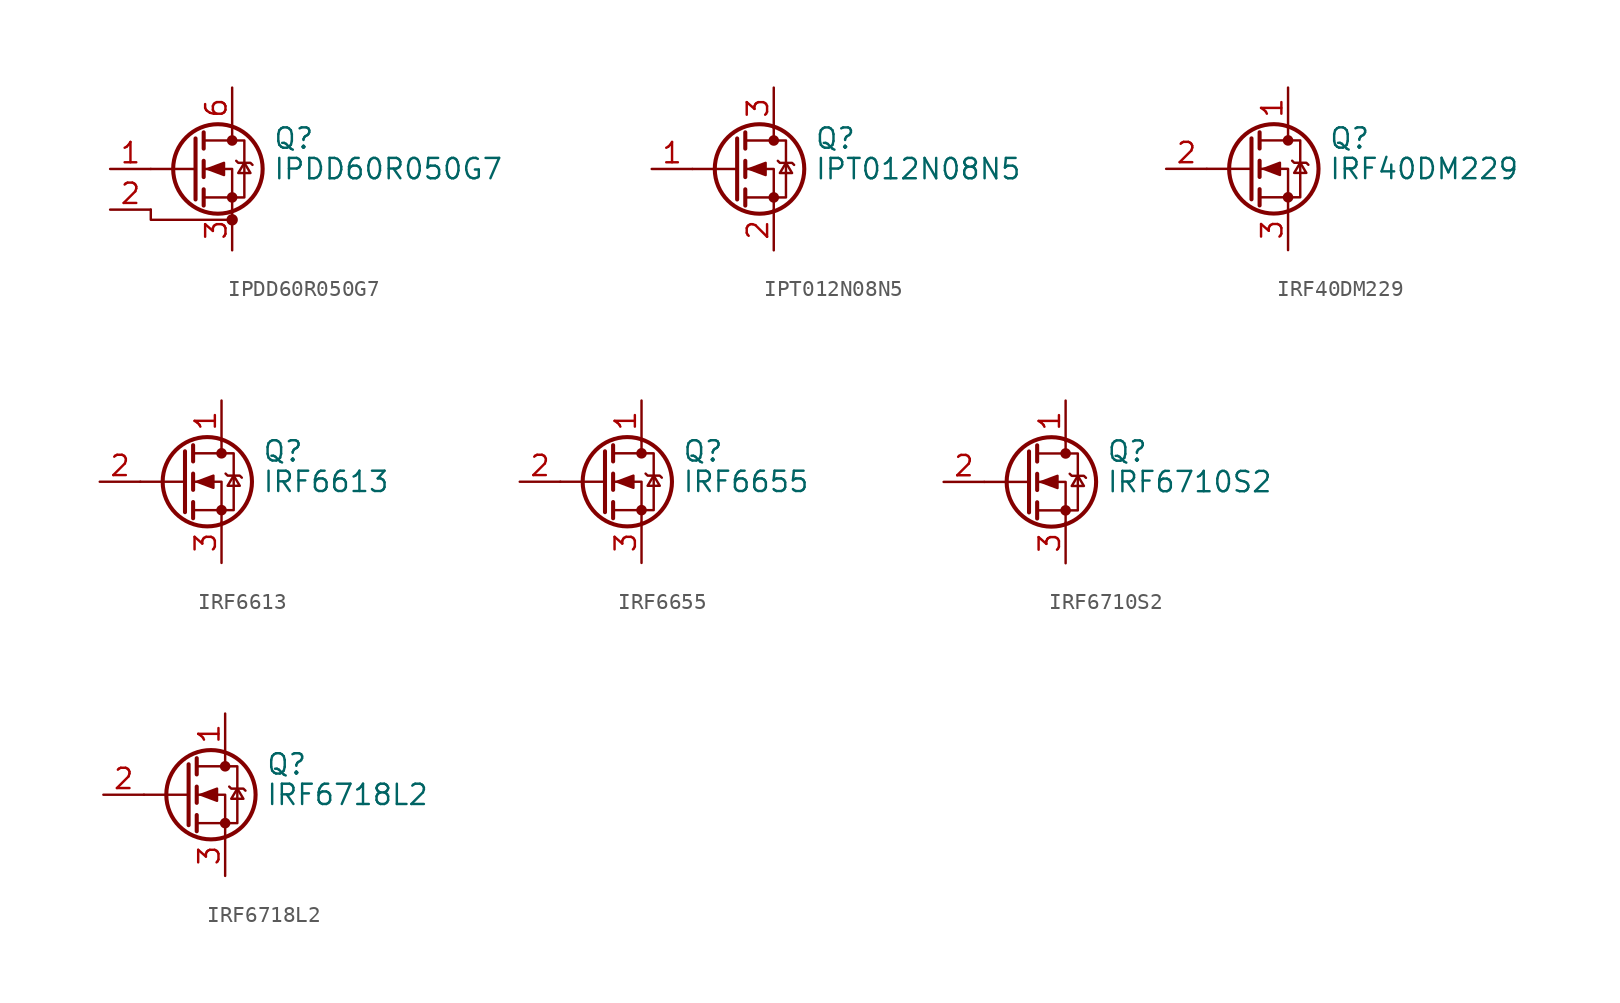
<source format=kicad_sym>
(kicad_symbol_lib
  (version 20201005)
  (generator kicad_symbol_editor)
  (symbol "IPDD60R050G7"
    (pin_names hide)
    (property "Reference" "Q"
      (at 5.08 1.905 0)
      (effects (font (size 1.27 1.27)) (justify left)))
    (property "Value" "IPDD60R050G7"
      (at 5.08 0 0)
      (effects (font (size 1.27 1.27)) (justify left)))
    (symbol "IPDD60R050G7_0_1"
      (circle (center 1.651 0) (radius 2.794) (stroke (width 0.254)) (fill (type none)))
      (circle (center 2.54 -3.175) (radius 0.279) (stroke (width 0)) (fill (type outline)))
      (circle (center 2.54 -1.778) (radius 0.254) (stroke (width 0)) (fill (type outline)))
      (circle (center 2.54 1.778) (radius 0.254) (stroke (width 0)) (fill (type outline)))
      (polyline (pts (xy 0.254 0) (xy -2.54 0)) (stroke (width 0)) (fill (type none)))
      (polyline (pts (xy 0.254 1.905) (xy 0.254 -1.905)) (stroke (width 0.254)) (fill (type none)))
      (polyline (pts (xy 0.762 -1.27) (xy 0.762 -2.286)) (stroke (width 0.254)) (fill (type none)))
      (polyline (pts (xy 0.762 0.508) (xy 0.762 -0.508)) (stroke (width 0.254)) (fill (type none)))
      (polyline (pts (xy 0.762 2.286) (xy 0.762 1.27)) (stroke (width 0.254)) (fill (type none)))
      (polyline (pts (xy 2.54 2.54) (xy 2.54 1.778)) (stroke (width 0)) (fill (type none)))
      (polyline (pts (xy -2.54 -2.54) (xy -2.54 -3.175) (xy 2.54 -3.175)) (stroke (width 0)) (fill (type none)))
      (polyline (pts (xy 2.54 -2.54) (xy 2.54 0) (xy 0.762 0)) (stroke (width 0)) (fill (type none)))
      (polyline (pts (xy 0.762 -1.778) (xy 3.302 -1.778) (xy 3.302 1.778) (xy 0.762 1.778)) (stroke (width 0)) (fill (type none)))
      (polyline (pts (xy 2.794 0.508) (xy 2.921 0.381) (xy 3.683 0.381) (xy 3.81 0.254)) (stroke (width 0)) (fill (type none)))
      (polyline (pts (xy 3.302 0.381) (xy 2.921 -0.254) (xy 3.683 -0.254) (xy 3.302 0.381)) (stroke (width 0)) (fill (type none)))
      (polyline (pts (xy 1.016 0) (xy 2.032 0.381) (xy 2.032 -0.381) (xy 1.016 0)) (stroke (width 0)) (fill (type outline))))
    (symbol "IPDD60R050G7_1_1"
      (pin input line (at -5.08 0 0) (length 2.54) (name "G" (effects (font (size 1.27 1.27)))) (number "1" (effects (font (size 1.27 1.27)))))
      (pin passive line (at 2.54 5.08 270) (length 2.54) hide (name "D" (effects (font (size 1.27 1.27)))) (number "10" (effects (font (size 1.27 1.27)))))
      (pin passive line (at -5.08 -2.54 0) (length 2.54) (name "DS" (effects (font (size 1.27 1.27)))) (number "2" (effects (font (size 1.27 1.27)))))
      (pin passive line (at 2.54 -5.08 90) (length 2.54) (name "PS" (effects (font (size 1.27 1.27)))) (number "3" (effects (font (size 1.27 1.27)))))
      (pin passive line (at 2.54 -5.08 90) (length 2.54) hide (name "PS" (effects (font (size 1.27 1.27)))) (number "4" (effects (font (size 1.27 1.27)))))
      (pin passive line (at 2.54 -5.08 90) (length 2.54) hide (name "PS" (effects (font (size 1.27 1.27)))) (number "5" (effects (font (size 1.27 1.27)))))
      (pin passive line (at 2.54 5.08 270) (length 2.54) (name "D" (effects (font (size 1.27 1.27)))) (number "6" (effects (font (size 1.27 1.27)))))
      (pin passive line (at 2.54 5.08 270) (length 2.54) hide (name "D" (effects (font (size 1.27 1.27)))) (number "7" (effects (font (size 1.27 1.27)))))
      (pin passive line (at 2.54 5.08 270) (length 2.54) hide (name "D" (effects (font (size 1.27 1.27)))) (number "8" (effects (font (size 1.27 1.27)))))
      (pin passive line (at 2.54 5.08 270) (length 2.54) hide (name "D" (effects (font (size 1.27 1.27)))) (number "9" (effects (font (size 1.27 1.27)))))))
  (symbol "IPT012N08N5"
    (pin_names hide)
    (property "Reference" "Q"
      (at 5.08 1.905 0)
      (effects (font (size 1.27 1.27)) (justify left)))
    (property "Value" "IPT012N08N5"
      (at 5.08 0 0)
      (effects (font (size 1.27 1.27)) (justify left)))
    (symbol "IPT012N08N5_0_1"
      (circle (center 1.651 0) (radius 2.794) (stroke (width 0.254)) (fill (type none)))
      (circle (center 2.54 -1.778) (radius 0.254) (stroke (width 0)) (fill (type outline)))
      (circle (center 2.54 1.778) (radius 0.254) (stroke (width 0)) (fill (type outline)))
      (polyline (pts (xy 0.254 0) (xy -2.54 0)) (stroke (width 0)) (fill (type none)))
      (polyline (pts (xy 0.254 1.905) (xy 0.254 -1.905)) (stroke (width 0.254)) (fill (type none)))
      (polyline (pts (xy 0.762 -1.27) (xy 0.762 -2.286)) (stroke (width 0.254)) (fill (type none)))
      (polyline (pts (xy 0.762 0.508) (xy 0.762 -0.508)) (stroke (width 0.254)) (fill (type none)))
      (polyline (pts (xy 0.762 2.286) (xy 0.762 1.27)) (stroke (width 0.254)) (fill (type none)))
      (polyline (pts (xy 2.54 2.54) (xy 2.54 1.778)) (stroke (width 0)) (fill (type none)))
      (polyline (pts (xy 2.54 -2.54) (xy 2.54 0) (xy 0.762 0)) (stroke (width 0)) (fill (type none)))
      (polyline (pts (xy 0.762 -1.778) (xy 3.302 -1.778) (xy 3.302 1.778) (xy 0.762 1.778)) (stroke (width 0)) (fill (type none)))
      (polyline (pts (xy 2.794 0.508) (xy 2.921 0.381) (xy 3.683 0.381) (xy 3.81 0.254)) (stroke (width 0)) (fill (type none)))
      (polyline (pts (xy 3.302 0.381) (xy 2.921 -0.254) (xy 3.683 -0.254) (xy 3.302 0.381)) (stroke (width 0)) (fill (type none)))
      (polyline (pts (xy 1.016 0) (xy 2.032 0.381) (xy 2.032 -0.381) (xy 1.016 0)) (stroke (width 0)) (fill (type outline))))
    (symbol "IPT012N08N5_1_1"
      (pin input line (at -5.08 0 0) (length 2.54) (name "G" (effects (font (size 1.27 1.27)))) (number "1" (effects (font (size 1.27 1.27)))))
      (pin passive line (at 2.54 -5.08 90) (length 2.54) (name "S" (effects (font (size 1.27 1.27)))) (number "2" (effects (font (size 1.27 1.27)))))
      (pin passive line (at 2.54 5.08 270) (length 2.54) (name "D" (effects (font (size 1.27 1.27)))) (number "3" (effects (font (size 1.27 1.27)))))))
  (symbol "IRF40DM229"
    (pin_names hide)
    (property "Reference" "Q"
      (at 5.08 1.905 0)
      (effects (font (size 1.27 1.27)) (justify left)))
    (property "Value" "IRF40DM229"
      (at 5.08 0 0)
      (effects (font (size 1.27 1.27)) (justify left)))
    (symbol "IRF40DM229_0_1"
      (circle (center 1.651 0) (radius 2.794) (stroke (width 0.254)) (fill (type none)))
      (circle (center 2.54 -1.778) (radius 0.254) (stroke (width 0)) (fill (type outline)))
      (circle (center 2.54 1.778) (radius 0.254) (stroke (width 0)) (fill (type outline)))
      (polyline (pts (xy 0.254 0) (xy -2.54 0)) (stroke (width 0)) (fill (type none)))
      (polyline (pts (xy 0.254 1.905) (xy 0.254 -1.905)) (stroke (width 0.254)) (fill (type none)))
      (polyline (pts (xy 0.762 -1.27) (xy 0.762 -2.286)) (stroke (width 0.254)) (fill (type none)))
      (polyline (pts (xy 0.762 0.508) (xy 0.762 -0.508)) (stroke (width 0.254)) (fill (type none)))
      (polyline (pts (xy 0.762 2.286) (xy 0.762 1.27)) (stroke (width 0.254)) (fill (type none)))
      (polyline (pts (xy 2.54 2.54) (xy 2.54 1.778)) (stroke (width 0)) (fill (type none)))
      (polyline (pts (xy 2.54 -2.54) (xy 2.54 0) (xy 0.762 0)) (stroke (width 0)) (fill (type none)))
      (polyline (pts (xy 0.762 -1.778) (xy 3.302 -1.778) (xy 3.302 1.778) (xy 0.762 1.778)) (stroke (width 0)) (fill (type none)))
      (polyline (pts (xy 2.794 0.508) (xy 2.921 0.381) (xy 3.683 0.381) (xy 3.81 0.254)) (stroke (width 0)) (fill (type none)))
      (polyline (pts (xy 3.302 0.381) (xy 2.921 -0.254) (xy 3.683 -0.254) (xy 3.302 0.381)) (stroke (width 0)) (fill (type none)))
      (polyline (pts (xy 1.016 0) (xy 2.032 0.381) (xy 2.032 -0.381) (xy 1.016 0)) (stroke (width 0)) (fill (type outline))))
    (symbol "IRF40DM229_1_1"
      (pin passive line (at 2.54 5.08 270) (length 2.54) (name "D" (effects (font (size 1.27 1.27)))) (number "1" (effects (font (size 1.27 1.27)))))
      (pin input line (at -5.08 0 0) (length 2.54) (name "G" (effects (font (size 1.27 1.27)))) (number "2" (effects (font (size 1.27 1.27)))))
      (pin passive line (at 2.54 -5.08 90) (length 2.54) (name "S" (effects (font (size 1.27 1.27)))) (number "3" (effects (font (size 1.27 1.27)))))))
  (symbol "IRF6613"
    (pin_names hide)
    (property "Reference" "Q"
      (at 5.08 1.905 0)
      (effects (font (size 1.27 1.27)) (justify left)))
    (property "Value" "IRF6613"
      (at 5.08 0 0)
      (effects (font (size 1.27 1.27)) (justify left)))
    (symbol "IRF6613_0_1"
      (circle (center 1.651 0) (radius 2.794) (stroke (width 0.254)) (fill (type none)))
      (circle (center 2.54 -1.778) (radius 0.254) (stroke (width 0)) (fill (type outline)))
      (circle (center 2.54 1.778) (radius 0.254) (stroke (width 0)) (fill (type outline)))
      (polyline (pts (xy 0.254 0) (xy -2.54 0)) (stroke (width 0)) (fill (type none)))
      (polyline (pts (xy 0.254 1.905) (xy 0.254 -1.905)) (stroke (width 0.254)) (fill (type none)))
      (polyline (pts (xy 0.762 -1.27) (xy 0.762 -2.286)) (stroke (width 0.254)) (fill (type none)))
      (polyline (pts (xy 0.762 0.508) (xy 0.762 -0.508)) (stroke (width 0.254)) (fill (type none)))
      (polyline (pts (xy 0.762 2.286) (xy 0.762 1.27)) (stroke (width 0.254)) (fill (type none)))
      (polyline (pts (xy 2.54 2.54) (xy 2.54 1.778)) (stroke (width 0)) (fill (type none)))
      (polyline (pts (xy 2.54 -2.54) (xy 2.54 0) (xy 0.762 0)) (stroke (width 0)) (fill (type none)))
      (polyline (pts (xy 0.762 -1.778) (xy 3.302 -1.778) (xy 3.302 1.778) (xy 0.762 1.778)) (stroke (width 0)) (fill (type none)))
      (polyline (pts (xy 2.794 0.508) (xy 2.921 0.381) (xy 3.683 0.381) (xy 3.81 0.254)) (stroke (width 0)) (fill (type none)))
      (polyline (pts (xy 3.302 0.381) (xy 2.921 -0.254) (xy 3.683 -0.254) (xy 3.302 0.381)) (stroke (width 0)) (fill (type none)))
      (polyline (pts (xy 1.016 0) (xy 2.032 0.381) (xy 2.032 -0.381) (xy 1.016 0)) (stroke (width 0)) (fill (type outline))))
    (symbol "IRF6613_1_1"
      (pin passive line (at 2.54 5.08 270) (length 2.54) (name "D" (effects (font (size 1.27 1.27)))) (number "1" (effects (font (size 1.27 1.27)))))
      (pin input line (at -5.08 0 0) (length 2.54) (name "G" (effects (font (size 1.27 1.27)))) (number "2" (effects (font (size 1.27 1.27)))))
      (pin passive line (at 2.54 -5.08 90) (length 2.54) (name "S" (effects (font (size 1.27 1.27)))) (number "3" (effects (font (size 1.27 1.27)))))))
  (symbol "IRF6655"
    (pin_names hide)
    (property "Reference" "Q"
      (at 5.08 1.905 0)
      (effects (font (size 1.27 1.27)) (justify left)))
    (property "Value" "IRF6655"
      (at 5.08 0 0)
      (effects (font (size 1.27 1.27)) (justify left)))
    (symbol "IRF6655_0_1"
      (circle (center 1.651 0) (radius 2.794) (stroke (width 0.254)) (fill (type none)))
      (circle (center 2.54 -1.778) (radius 0.254) (stroke (width 0)) (fill (type outline)))
      (circle (center 2.54 1.778) (radius 0.254) (stroke (width 0)) (fill (type outline)))
      (polyline (pts (xy 0.254 0) (xy -2.54 0)) (stroke (width 0)) (fill (type none)))
      (polyline (pts (xy 0.254 1.905) (xy 0.254 -1.905)) (stroke (width 0.254)) (fill (type none)))
      (polyline (pts (xy 0.762 -1.27) (xy 0.762 -2.286)) (stroke (width 0.254)) (fill (type none)))
      (polyline (pts (xy 0.762 0.508) (xy 0.762 -0.508)) (stroke (width 0.254)) (fill (type none)))
      (polyline (pts (xy 0.762 2.286) (xy 0.762 1.27)) (stroke (width 0.254)) (fill (type none)))
      (polyline (pts (xy 2.54 2.54) (xy 2.54 1.778)) (stroke (width 0)) (fill (type none)))
      (polyline (pts (xy 2.54 -2.54) (xy 2.54 0) (xy 0.762 0)) (stroke (width 0)) (fill (type none)))
      (polyline (pts (xy 0.762 -1.778) (xy 3.302 -1.778) (xy 3.302 1.778) (xy 0.762 1.778)) (stroke (width 0)) (fill (type none)))
      (polyline (pts (xy 2.794 0.508) (xy 2.921 0.381) (xy 3.683 0.381) (xy 3.81 0.254)) (stroke (width 0)) (fill (type none)))
      (polyline (pts (xy 3.302 0.381) (xy 2.921 -0.254) (xy 3.683 -0.254) (xy 3.302 0.381)) (stroke (width 0)) (fill (type none)))
      (polyline (pts (xy 1.016 0) (xy 2.032 0.381) (xy 2.032 -0.381) (xy 1.016 0)) (stroke (width 0)) (fill (type outline))))
    (symbol "IRF6655_1_1"
      (pin passive line (at 2.54 5.08 270) (length 2.54) (name "D" (effects (font (size 1.27 1.27)))) (number "1" (effects (font (size 1.27 1.27)))))
      (pin input line (at -5.08 0 0) (length 2.54) (name "G" (effects (font (size 1.27 1.27)))) (number "2" (effects (font (size 1.27 1.27)))))
      (pin passive line (at 2.54 -5.08 90) (length 2.54) (name "S" (effects (font (size 1.27 1.27)))) (number "3" (effects (font (size 1.27 1.27)))))))
  (symbol "IRF6710S2"
    (pin_names hide)
    (property "Reference" "Q"
      (at 5.08 1.905 0)
      (effects (font (size 1.27 1.27)) (justify left)))
    (property "Value" "IRF6710S2"
      (at 5.08 0 0)
      (effects (font (size 1.27 1.27)) (justify left)))
    (symbol "IRF6710S2_0_1"
      (circle (center 1.651 0) (radius 2.794) (stroke (width 0.254)) (fill (type none)))
      (circle (center 2.54 -1.778) (radius 0.254) (stroke (width 0)) (fill (type outline)))
      (circle (center 2.54 1.778) (radius 0.254) (stroke (width 0)) (fill (type outline)))
      (polyline (pts (xy 0.254 0) (xy -2.54 0)) (stroke (width 0)) (fill (type none)))
      (polyline (pts (xy 0.254 1.905) (xy 0.254 -1.905)) (stroke (width 0.254)) (fill (type none)))
      (polyline (pts (xy 0.762 -1.27) (xy 0.762 -2.286)) (stroke (width 0.254)) (fill (type none)))
      (polyline (pts (xy 0.762 0.508) (xy 0.762 -0.508)) (stroke (width 0.254)) (fill (type none)))
      (polyline (pts (xy 0.762 2.286) (xy 0.762 1.27)) (stroke (width 0.254)) (fill (type none)))
      (polyline (pts (xy 2.54 2.54) (xy 2.54 1.778)) (stroke (width 0)) (fill (type none)))
      (polyline (pts (xy 2.54 -2.54) (xy 2.54 0) (xy 0.762 0)) (stroke (width 0)) (fill (type none)))
      (polyline (pts (xy 0.762 -1.778) (xy 3.302 -1.778) (xy 3.302 1.778) (xy 0.762 1.778)) (stroke (width 0)) (fill (type none)))
      (polyline (pts (xy 2.794 0.508) (xy 2.921 0.381) (xy 3.683 0.381) (xy 3.81 0.254)) (stroke (width 0)) (fill (type none)))
      (polyline (pts (xy 3.302 0.381) (xy 2.921 -0.254) (xy 3.683 -0.254) (xy 3.302 0.381)) (stroke (width 0)) (fill (type none)))
      (polyline (pts (xy 1.016 0) (xy 2.032 0.381) (xy 2.032 -0.381) (xy 1.016 0)) (stroke (width 0)) (fill (type outline))))
    (symbol "IRF6710S2_1_1"
      (pin passive line (at 2.54 5.08 270) (length 2.54) (name "D" (effects (font (size 1.27 1.27)))) (number "1" (effects (font (size 1.27 1.27)))))
      (pin input line (at -5.08 0 0) (length 2.54) (name "G" (effects (font (size 1.27 1.27)))) (number "2" (effects (font (size 1.27 1.27)))))
      (pin passive line (at 2.54 -5.08 90) (length 2.54) (name "S" (effects (font (size 1.27 1.27)))) (number "3" (effects (font (size 1.27 1.27)))))))
  (symbol "IRF6718L2"
    (pin_names hide)
    (property "Reference" "Q"
      (at 5.08 1.905 0)
      (effects (font (size 1.27 1.27)) (justify left)))
    (property "Value" "IRF6718L2"
      (at 5.08 0 0)
      (effects (font (size 1.27 1.27)) (justify left)))
    (symbol "IRF6718L2_0_1"
      (circle (center 1.651 0) (radius 2.794) (stroke (width 0.254)) (fill (type none)))
      (circle (center 2.54 -1.778) (radius 0.254) (stroke (width 0)) (fill (type outline)))
      (circle (center 2.54 1.778) (radius 0.254) (stroke (width 0)) (fill (type outline)))
      (polyline (pts (xy 0.254 0) (xy -2.54 0)) (stroke (width 0)) (fill (type none)))
      (polyline (pts (xy 0.254 1.905) (xy 0.254 -1.905)) (stroke (width 0.254)) (fill (type none)))
      (polyline (pts (xy 0.762 -1.27) (xy 0.762 -2.286)) (stroke (width 0.254)) (fill (type none)))
      (polyline (pts (xy 0.762 0.508) (xy 0.762 -0.508)) (stroke (width 0.254)) (fill (type none)))
      (polyline (pts (xy 0.762 2.286) (xy 0.762 1.27)) (stroke (width 0.254)) (fill (type none)))
      (polyline (pts (xy 2.54 2.54) (xy 2.54 1.778)) (stroke (width 0)) (fill (type none)))
      (polyline (pts (xy 2.54 -2.54) (xy 2.54 0) (xy 0.762 0)) (stroke (width 0)) (fill (type none)))
      (polyline (pts (xy 0.762 -1.778) (xy 3.302 -1.778) (xy 3.302 1.778) (xy 0.762 1.778)) (stroke (width 0)) (fill (type none)))
      (polyline (pts (xy 2.794 0.508) (xy 2.921 0.381) (xy 3.683 0.381) (xy 3.81 0.254)) (stroke (width 0)) (fill (type none)))
      (polyline (pts (xy 3.302 0.381) (xy 2.921 -0.254) (xy 3.683 -0.254) (xy 3.302 0.381)) (stroke (width 0)) (fill (type none)))
      (polyline (pts (xy 1.016 0) (xy 2.032 0.381) (xy 2.032 -0.381) (xy 1.016 0)) (stroke (width 0)) (fill (type outline))))
    (symbol "IRF6718L2_1_1"
      (pin passive line (at 2.54 5.08 270) (length 2.54) (name "D" (effects (font (size 1.27 1.27)))) (number "1" (effects (font (size 1.27 1.27)))))
      (pin input line (at -5.08 0 0) (length 2.54) (name "G" (effects (font (size 1.27 1.27)))) (number "2" (effects (font (size 1.27 1.27)))))
      (pin passive line (at 2.54 -5.08 90) (length 2.54) (name "S" (effects (font (size 1.27 1.27)))) (number "3" (effects (font (size 1.27 1.27))))))))
</source>
